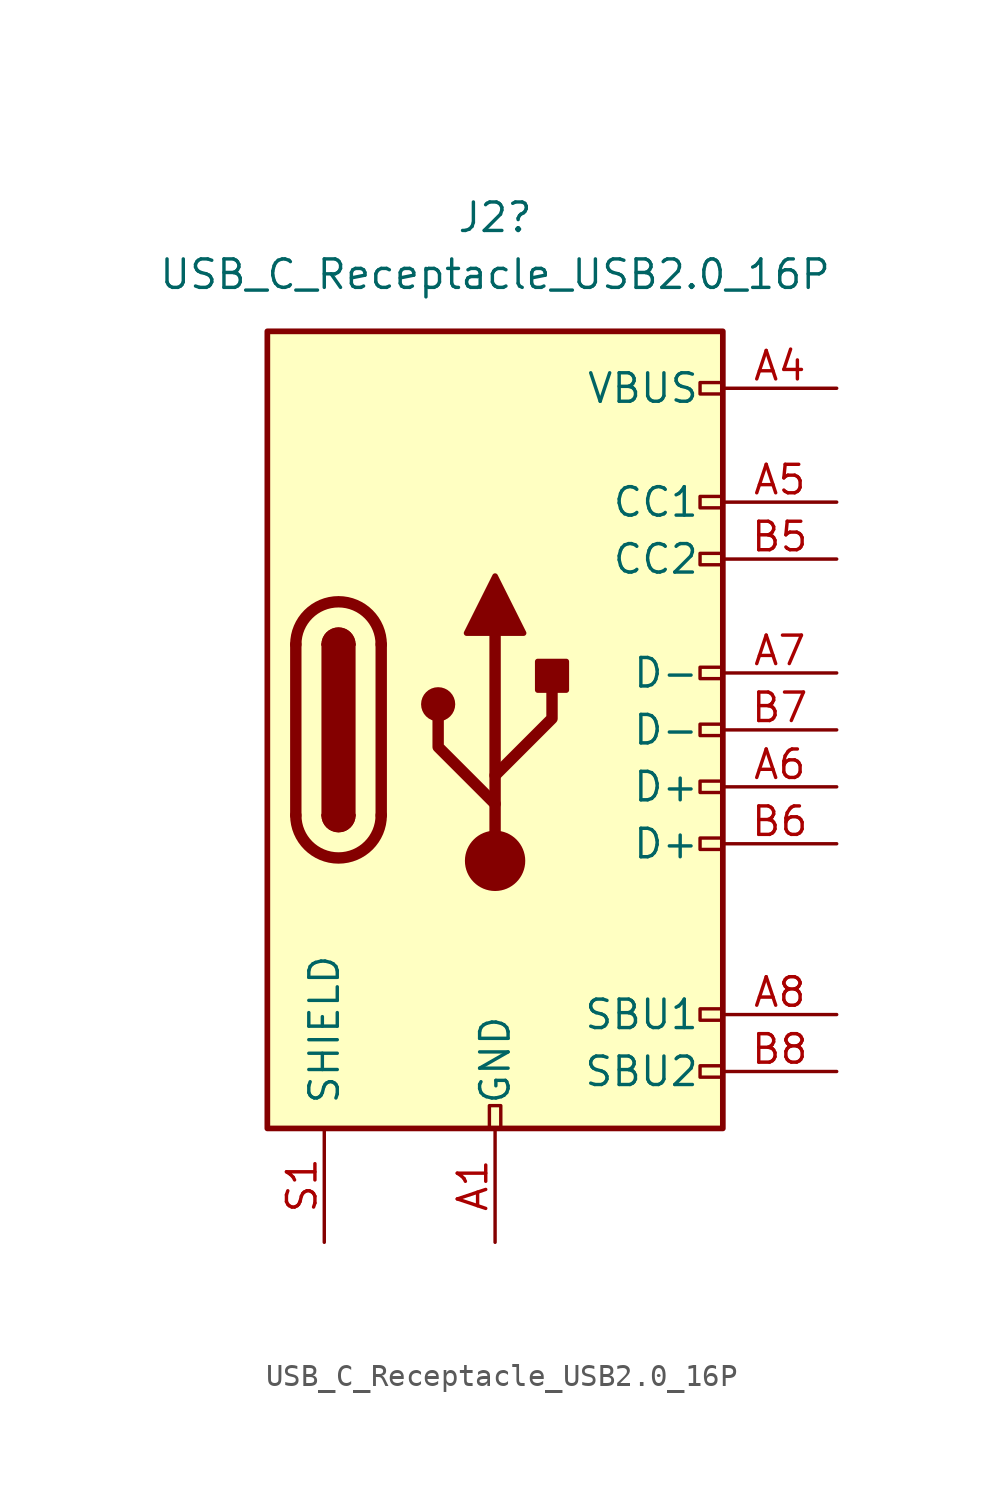
<source format=kicad_sym>
(kicad_symbol_lib
  (version 20241209)
  (generator "kicad_symbol_editor")
  (generator_version "9.0")
  (symbol "USB_C_Receptacle_USB2.0_16P"
    (pin_names
      (offset 1.016))
    (property "Reference" "J2"
      (at 0 22.86 0)
      (effects (font (size 1.27 1.27))))
    (property "Value" "USB_C_Receptacle_USB2.0_16P"
      (at 0 20.32 0)
      (effects (font (size 1.27 1.27))))
    (symbol "USB_C_Receptacle_USB2.0_16P_0_0"
      (rectangle (start -0.254 -17.78) (end 0.254 -16.764) (stroke (width 0) (type default)) (fill (type none)))
      (rectangle (start 10.16 15.494) (end 9.144 14.986) (stroke (width 0) (type default)) (fill (type none)))
      (rectangle (start 10.16 10.414) (end 9.144 9.906) (stroke (width 0) (type default)) (fill (type none)))
      (rectangle (start 10.16 7.874) (end 9.144 7.366) (stroke (width 0) (type default)) (fill (type none)))
      (rectangle (start 10.16 2.794) (end 9.144 2.286) (stroke (width 0) (type default)) (fill (type none)))
      (rectangle (start 10.16 0.254) (end 9.144 -0.254) (stroke (width 0) (type default)) (fill (type none)))
      (rectangle (start 10.16 -2.286) (end 9.144 -2.794) (stroke (width 0) (type default)) (fill (type none)))
      (rectangle (start 10.16 -4.826) (end 9.144 -5.334) (stroke (width 0) (type default)) (fill (type none)))
      (rectangle (start 10.16 -12.446) (end 9.144 -12.954) (stroke (width 0) (type default)) (fill (type none)))
      (rectangle (start 10.16 -14.986) (end 9.144 -15.494) (stroke (width 0) (type default)) (fill (type none))))
    (symbol "USB_C_Receptacle_USB2.0_16P_0_1"
      (rectangle (start -10.16 17.78) (end 10.16 -17.78) (stroke (width 0.254) (type default)) (fill (type background)))
      (polyline (pts (xy -8.89 -3.81) (xy -8.89 3.81)) (stroke (width 0.508) (type default)) (fill (type none)))
      (rectangle (start -7.62 -3.81) (end -6.35 3.81) (stroke (width 0.254) (type default)) (fill (type outline)))
      (arc (start -7.62 3.81) (mid -6.985 4.4423) (end -6.35 3.81) (stroke (width 0.254) (type default)) (fill (type none)))
      (arc (start -7.62 3.81) (mid -6.985 4.4423) (end -6.35 3.81) (stroke (width 0.254) (type default)) (fill (type outline)))
      (arc (start -8.89 3.81) (mid -6.985 5.7067) (end -5.08 3.81) (stroke (width 0.508) (type default)) (fill (type none)))
      (arc (start -5.08 -3.81) (mid -6.985 -5.7067) (end -8.89 -3.81) (stroke (width 0.508) (type default)) (fill (type none)))
      (arc (start -6.35 -3.81) (mid -6.985 -4.4423) (end -7.62 -3.81) (stroke (width 0.254) (type default)) (fill (type none)))
      (arc (start -6.35 -3.81) (mid -6.985 -4.4423) (end -7.62 -3.81) (stroke (width 0.254) (type default)) (fill (type outline)))
      (polyline (pts (xy -5.08 3.81) (xy -5.08 -3.81)) (stroke (width 0.508) (type default)) (fill (type none)))
      (circle (center -2.54 1.143) (radius 0.635) (stroke (width 0.254) (type default)) (fill (type outline)))
      (polyline (pts (xy -1.27 4.318) (xy 0 6.858) (xy 1.27 4.318) (xy -1.27 4.318)) (stroke (width 0.254) (type default)) (fill (type outline)))
      (polyline (pts (xy 0 -2.032) (xy 2.54 0.508) (xy 2.54 1.778)) (stroke (width 0.508) (type default)) (fill (type none)))
      (polyline (pts (xy 0 -3.302) (xy -2.54 -0.762) (xy -2.54 0.508)) (stroke (width 0.508) (type default)) (fill (type none)))
      (polyline (pts (xy 0 -5.842) (xy 0 4.318)) (stroke (width 0.508) (type default)) (fill (type none)))
      (circle (center 0 -5.842) (radius 1.27) (stroke (width 0) (type default)) (fill (type outline)))
      (rectangle (start 1.905 1.778) (end 3.175 3.048) (stroke (width 0.254) (type default)) (fill (type outline))))
    (symbol "USB_C_Receptacle_USB2.0_16P_1_1"
      (pin passive line (at -7.62 -22.86 90) (length 5.08) (name "SHIELD" (effects (font (size 1.27 1.27)))) (number "S1" (effects (font (size 1.27 1.27)))))
      (pin passive line (at 0 -22.86 90) (length 5.08) (name "GND" (effects (font (size 1.27 1.27)))) (number "A1" (effects (font (size 1.27 1.27)))))
      (pin passive line (at 0 -22.86 90) (length 5.08) (hide yes) (name "GND" (effects (font (size 1.27 1.27)))) (number "A12" (effects (font (size 1.27 1.27)))))
      (pin passive line (at 0 -22.86 90) (length 5.08) (hide yes) (name "GND" (effects (font (size 1.27 1.27)))) (number "B1" (effects (font (size 1.27 1.27)))))
      (pin passive line (at 0 -22.86 90) (length 5.08) (hide yes) (name "GND" (effects (font (size 1.27 1.27)))) (number "B12" (effects (font (size 1.27 1.27)))))
      (pin power_out line (at 15.24 15.24 180) (length 5.08) (name "VBUS" (effects (font (size 1.27 1.27)))) (number "A4" (effects (font (size 1.27 1.27)))))
      (pin passive line (at 15.24 15.24 180) (length 5.08) (hide yes) (name "VBUS" (effects (font (size 1.27 1.27)))) (number "A9" (effects (font (size 1.27 1.27)))))
      (pin passive line (at 15.24 15.24 180) (length 5.08) (hide yes) (name "VBUS" (effects (font (size 1.27 1.27)))) (number "B4" (effects (font (size 1.27 1.27)))))
      (pin passive line (at 15.24 15.24 180) (length 5.08) (hide yes) (name "VBUS" (effects (font (size 1.27 1.27)))) (number "B9" (effects (font (size 1.27 1.27)))))
      (pin bidirectional line (at 15.24 10.16 180) (length 5.08) (name "CC1" (effects (font (size 1.27 1.27)))) (number "A5" (effects (font (size 1.27 1.27)))))
      (pin bidirectional line (at 15.24 7.62 180) (length 5.08) (name "CC2" (effects (font (size 1.27 1.27)))) (number "B5" (effects (font (size 1.27 1.27)))))
      (pin bidirectional line (at 15.24 2.54 180) (length 5.08) (name "D-" (effects (font (size 1.27 1.27)))) (number "A7" (effects (font (size 1.27 1.27)))))
      (pin bidirectional line (at 15.24 0 180) (length 5.08) (name "D-" (effects (font (size 1.27 1.27)))) (number "B7" (effects (font (size 1.27 1.27)))))
      (pin bidirectional line (at 15.24 -2.54 180) (length 5.08) (name "D+" (effects (font (size 1.27 1.27)))) (number "A6" (effects (font (size 1.27 1.27)))))
      (pin bidirectional line (at 15.24 -5.08 180) (length 5.08) (name "D+" (effects (font (size 1.27 1.27)))) (number "B6" (effects (font (size 1.27 1.27)))))
      (pin bidirectional line (at 15.24 -12.7 180) (length 5.08) (name "SBU1" (effects (font (size 1.27 1.27)))) (number "A8" (effects (font (size 1.27 1.27)))))
      (pin bidirectional line (at 15.24 -15.24 180) (length 5.08) (name "SBU2" (effects (font (size 1.27 1.27)))) (number "B8" (effects (font (size 1.27 1.27))))))))
</source>
